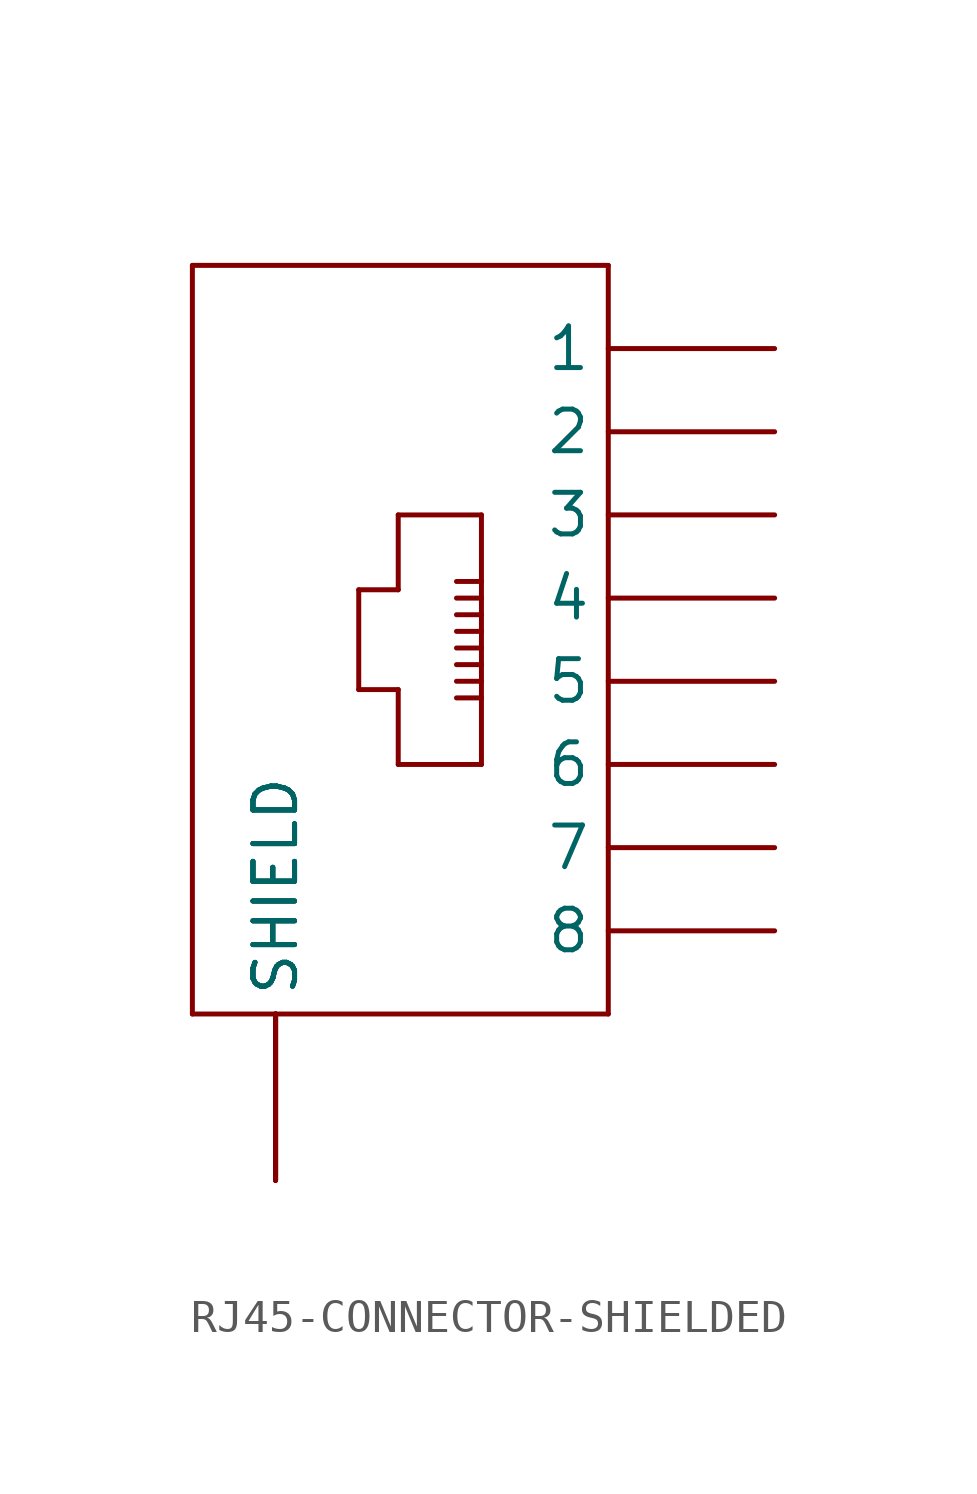
<source format=kicad_sym>
(kicad_symbol_lib
  (version 20231120)
  (generator "kicad_symbol_editor")
  (generator_version "8.0")
  (symbol "RJ45-CONNECTOR-SHIELDED"
    (property "Reference" ""
      (at -3.824 13.495 0)
      (effects (font (size 1.778 1.511)) (justify left bottom) (hide yes)))
    (property "Value" ""
      (at -3.817 10.775 0)
      (effects (font (size 1.778 1.511)) (justify left bottom)))
    (property "ki_locked" ""
      (at 0 0 0)
      (effects (font (size 1.27 1.27))))
    (symbol "RJ45-CONNECTOR-SHIELDED_1_0"
      (polyline (pts (xy -5.08 -12.7) (xy 7.62 -12.7)) (stroke (width 0.152) (type solid)) (fill (type none)))
      (polyline (pts (xy -5.08 10.16) (xy -5.08 -12.7)) (stroke (width 0.152) (type solid)) (fill (type none)))
      (polyline (pts (xy 0 -2.794) (xy 0 0.254)) (stroke (width 0.152) (type solid)) (fill (type none)))
      (polyline (pts (xy 0 0.254) (xy 1.206 0.254)) (stroke (width 0.152) (type solid)) (fill (type none)))
      (polyline (pts (xy 1.206 -5.08) (xy 1.206 -2.794)) (stroke (width 0.152) (type solid)) (fill (type none)))
      (polyline (pts (xy 1.206 -2.794) (xy 0 -2.794)) (stroke (width 0.152) (type solid)) (fill (type none)))
      (polyline (pts (xy 1.206 0.254) (xy 1.206 2.54)) (stroke (width 0.152) (type solid)) (fill (type none)))
      (polyline (pts (xy 1.206 2.54) (xy 3.747 2.54)) (stroke (width 0.152) (type solid)) (fill (type none)))
      (polyline (pts (xy 3.747 -5.08) (xy 1.206 -5.08)) (stroke (width 0.152) (type solid)) (fill (type none)))
      (polyline (pts (xy 3.747 -3.048) (xy 2.985 -3.048)) (stroke (width 0.152) (type solid)) (fill (type none)))
      (polyline (pts (xy 3.747 -3.048) (xy 3.747 -5.08)) (stroke (width 0.152) (type solid)) (fill (type none)))
      (polyline (pts (xy 3.747 -2.54) (xy 2.985 -2.54)) (stroke (width 0.152) (type solid)) (fill (type none)))
      (polyline (pts (xy 3.747 -2.54) (xy 3.747 -3.048)) (stroke (width 0.152) (type solid)) (fill (type none)))
      (polyline (pts (xy 3.747 -2.032) (xy 2.985 -2.032)) (stroke (width 0.152) (type solid)) (fill (type none)))
      (polyline (pts (xy 3.747 -2.032) (xy 3.747 -2.54)) (stroke (width 0.152) (type solid)) (fill (type none)))
      (polyline (pts (xy 3.747 -1.524) (xy 2.985 -1.524)) (stroke (width 0.152) (type solid)) (fill (type none)))
      (polyline (pts (xy 3.747 -1.524) (xy 3.747 -2.032)) (stroke (width 0.152) (type solid)) (fill (type none)))
      (polyline (pts (xy 3.747 -1.016) (xy 2.985 -1.016)) (stroke (width 0.152) (type solid)) (fill (type none)))
      (polyline (pts (xy 3.747 -1.016) (xy 3.747 -1.524)) (stroke (width 0.152) (type solid)) (fill (type none)))
      (polyline (pts (xy 3.747 -0.508) (xy 2.985 -0.508)) (stroke (width 0.152) (type solid)) (fill (type none)))
      (polyline (pts (xy 3.747 -0.508) (xy 3.747 -1.016)) (stroke (width 0.152) (type solid)) (fill (type none)))
      (polyline (pts (xy 3.747 0) (xy 2.985 0)) (stroke (width 0.152) (type solid)) (fill (type none)))
      (polyline (pts (xy 3.747 0) (xy 3.747 -0.508)) (stroke (width 0.152) (type solid)) (fill (type none)))
      (polyline (pts (xy 3.747 0.508) (xy 2.985 0.508)) (stroke (width 0.152) (type solid)) (fill (type none)))
      (polyline (pts (xy 3.747 0.508) (xy 3.747 0)) (stroke (width 0.152) (type solid)) (fill (type none)))
      (polyline (pts (xy 3.747 2.54) (xy 3.747 0.508)) (stroke (width 0.152) (type solid)) (fill (type none)))
      (polyline (pts (xy 7.62 -12.7) (xy 7.62 10.16)) (stroke (width 0.152) (type solid)) (fill (type none)))
      (polyline (pts (xy 7.62 10.16) (xy -5.08 10.16)) (stroke (width 0.152) (type solid)) (fill (type none)))
      (pin passive line (at 12.7 7.62 180) (length 5.08) (name "1" (effects (font (size 1.27 1.27)))) (number "P$1" (effects (font (size 0 0)))))
      (pin passive line (at 12.7 5.08 180) (length 5.08) (name "2" (effects (font (size 1.27 1.27)))) (number "P$2" (effects (font (size 0 0)))))
      (pin passive line (at 12.7 2.54 180) (length 5.08) (name "3" (effects (font (size 1.27 1.27)))) (number "P$3" (effects (font (size 0 0)))))
      (pin passive line (at 12.7 0 180) (length 5.08) (name "4" (effects (font (size 1.27 1.27)))) (number "P$4" (effects (font (size 0 0)))))
      (pin passive line (at 12.7 -2.54 180) (length 5.08) (name "5" (effects (font (size 1.27 1.27)))) (number "P$5" (effects (font (size 0 0)))))
      (pin passive line (at 12.7 -5.08 180) (length 5.08) (name "6" (effects (font (size 1.27 1.27)))) (number "P$6" (effects (font (size 0 0)))))
      (pin passive line (at 12.7 -7.62 180) (length 5.08) (name "7" (effects (font (size 1.27 1.27)))) (number "P$7" (effects (font (size 0 0)))))
      (pin passive line (at 12.7 -10.16 180) (length 5.08) (name "8" (effects (font (size 1.27 1.27)))) (number "P$8" (effects (font (size 0 0)))))
      (pin bidirectional line (at -2.54 -17.78 90) (length 5.08) (name "SHIELD" (effects (font (size 1.27 1.27)))) (number "S$1" (effects (font (size 0 0)))))
      (pin bidirectional line (at -2.54 -17.78 90) (length 5.08) (name "SHIELD" (effects (font (size 1.27 1.27)))) (number "S$2" (effects (font (size 0 0)))))
      (pin bidirectional line (at -2.54 -17.78 90) (length 5.08) (name "SHIELD" (effects (font (size 1.27 1.27)))) (number "S$3" (effects (font (size 0 0)))))
      (pin bidirectional line (at -2.54 -17.78 90) (length 5.08) (name "SHIELD" (effects (font (size 1.27 1.27)))) (number "S$4" (effects (font (size 0 0))))))))
</source>
